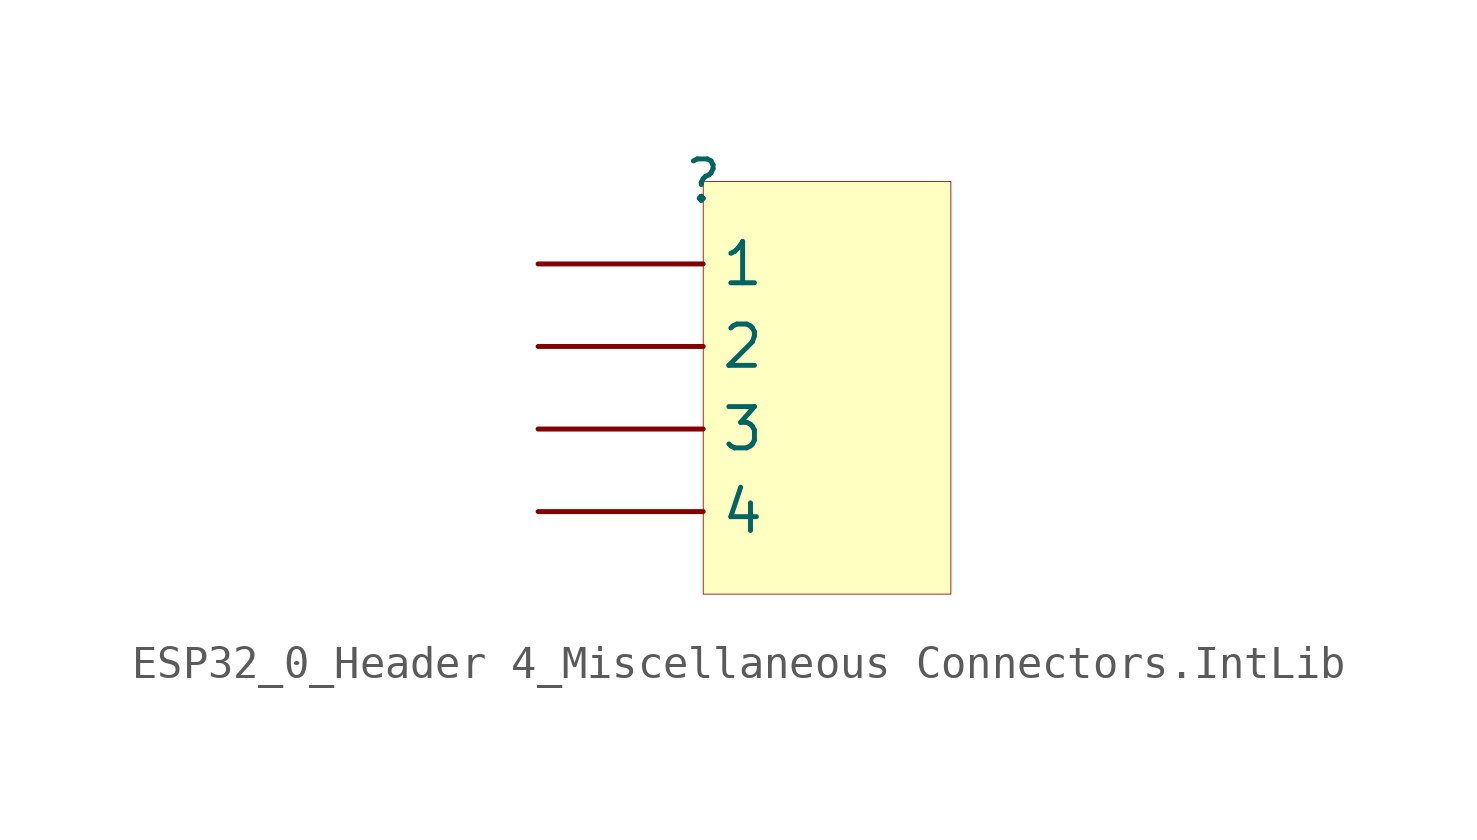
<source format=kicad_sym>
(kicad_symbol_lib
  (version 20241209)
  (generator "kicad_symbol_editor")
  (generator_version "9.0")
  (symbol "ESP32_0_Header 4_Miscellaneous Connectors.IntLib"
    (pin_numbers
      (hide yes))
    (property "Reference" ""
      (at 0 0 0)
      (effects (font (size 1.27 1.27))))
    (property "Value" ""
      (at 0 0 0)
      (effects (font (size 1.27 1.27))))
    (symbol "ESP32_0_Header 4_Miscellaneous Connectors.IntLib_1_0"
      (rectangle (start 7.62 0) (end 0 -12.7) (stroke (width 0.025) (type solid) (color 128 0 0 1)) (fill (type background)))
      (pin passive line (at -5.08 -2.54 0) (length 5.08) (name "1" (effects (font (size 1.27 1.27)))) (number "1" (effects (font (size 1.27 1.27)))))
      (pin passive line (at -5.08 -5.08 0) (length 5.08) (name "2" (effects (font (size 1.27 1.27)))) (number "2" (effects (font (size 1.27 1.27)))))
      (pin passive line (at -5.08 -7.62 0) (length 5.08) (name "3" (effects (font (size 1.27 1.27)))) (number "3" (effects (font (size 1.27 1.27)))))
      (pin passive line (at -5.08 -10.16 0) (length 5.08) (name "4" (effects (font (size 1.27 1.27)))) (number "4" (effects (font (size 1.27 1.27))))))))
</source>
